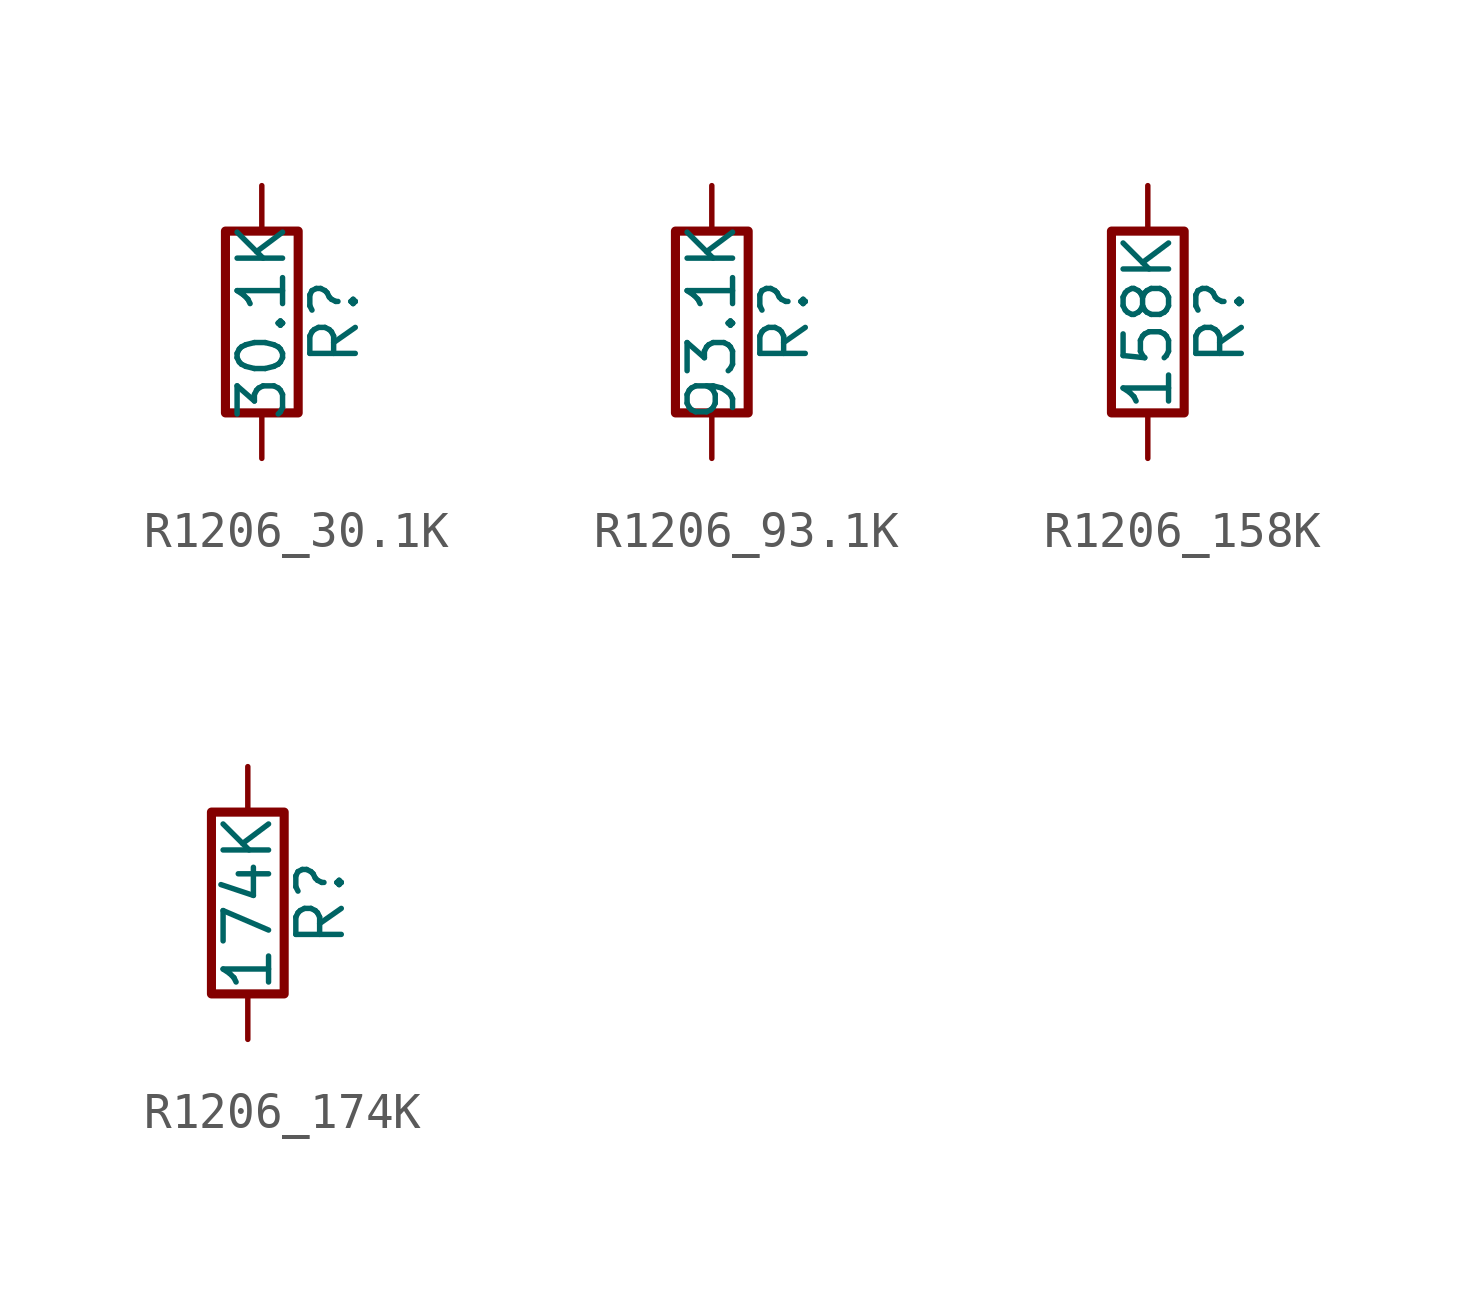
<source format=kicad_sym>
(kicad_symbol_lib
  (version 20211014)
  (generator atlantix-eda)
  (symbol "R1206_30.1K"
    (pin_numbers hide)
    (pin_names
      (offset 0))
    (property "Reference" "R"
      (at 2.032 0 90)
      (effects (font (size 1.27 1.27))))
    (property "Value" "30.1K"
      (at 0 0 90)
      (effects (font (size 1.27 1.27))))
    (symbol "R1206_30.1K_0_1"
      (rectangle (start -1.016 -2.54) (end 1.016 2.54) (stroke (width 0.254) (type default) (color 0 0 0 0)) (fill (type none))))
    (symbol "R1206_30.1K_1_1"
      (pin passive line (at 0 3.81 270) (length 1.27) (name "~" (effects (font (size 1.27 1.27)))) (number "1" (effects (font (size 1.27 1.27)))))
      (pin passive line (at 0 -3.81 90) (length 1.27) (name "~" (effects (font (size 1.27 1.27)))) (number "2" (effects (font (size 1.27 1.27)))))))
  (symbol "R1206_93.1K"
    (pin_numbers hide)
    (pin_names
      (offset 0))
    (property "Reference" "R"
      (at 2.032 0 90)
      (effects (font (size 1.27 1.27))))
    (property "Value" "93.1K"
      (at 0 0 90)
      (effects (font (size 1.27 1.27))))
    (symbol "R1206_93.1K_0_1"
      (rectangle (start -1.016 -2.54) (end 1.016 2.54) (stroke (width 0.254) (type default) (color 0 0 0 0)) (fill (type none))))
    (symbol "R1206_93.1K_1_1"
      (pin passive line (at 0 3.81 270) (length 1.27) (name "~" (effects (font (size 1.27 1.27)))) (number "1" (effects (font (size 1.27 1.27)))))
      (pin passive line (at 0 -3.81 90) (length 1.27) (name "~" (effects (font (size 1.27 1.27)))) (number "2" (effects (font (size 1.27 1.27)))))))
  (symbol "R1206_158K"
    (pin_numbers hide)
    (pin_names
      (offset 0))
    (property "Reference" "R"
      (at 2.032 0 90)
      (effects (font (size 1.27 1.27))))
    (property "Value" "158K"
      (at 0 0 90)
      (effects (font (size 1.27 1.27))))
    (symbol "R1206_158K_0_1"
      (rectangle (start -1.016 -2.54) (end 1.016 2.54) (stroke (width 0.254) (type default) (color 0 0 0 0)) (fill (type none))))
    (symbol "R1206_158K_1_1"
      (pin passive line (at 0 3.81 270) (length 1.27) (name "~" (effects (font (size 1.27 1.27)))) (number "1" (effects (font (size 1.27 1.27)))))
      (pin passive line (at 0 -3.81 90) (length 1.27) (name "~" (effects (font (size 1.27 1.27)))) (number "2" (effects (font (size 1.27 1.27)))))))
  (symbol "R1206_174K"
    (pin_numbers hide)
    (pin_names
      (offset 0))
    (property "Reference" "R"
      (at 2.032 0 90)
      (effects (font (size 1.27 1.27))))
    (property "Value" "174K"
      (at 0 0 90)
      (effects (font (size 1.27 1.27))))
    (symbol "R1206_174K_0_1"
      (rectangle (start -1.016 -2.54) (end 1.016 2.54) (stroke (width 0.254) (type default) (color 0 0 0 0)) (fill (type none))))
    (symbol "R1206_174K_1_1"
      (pin passive line (at 0 3.81 270) (length 1.27) (name "~" (effects (font (size 1.27 1.27)))) (number "1" (effects (font (size 1.27 1.27)))))
      (pin passive line (at 0 -3.81 90) (length 1.27) (name "~" (effects (font (size 1.27 1.27)))) (number "2" (effects (font (size 1.27 1.27))))))))
</source>
